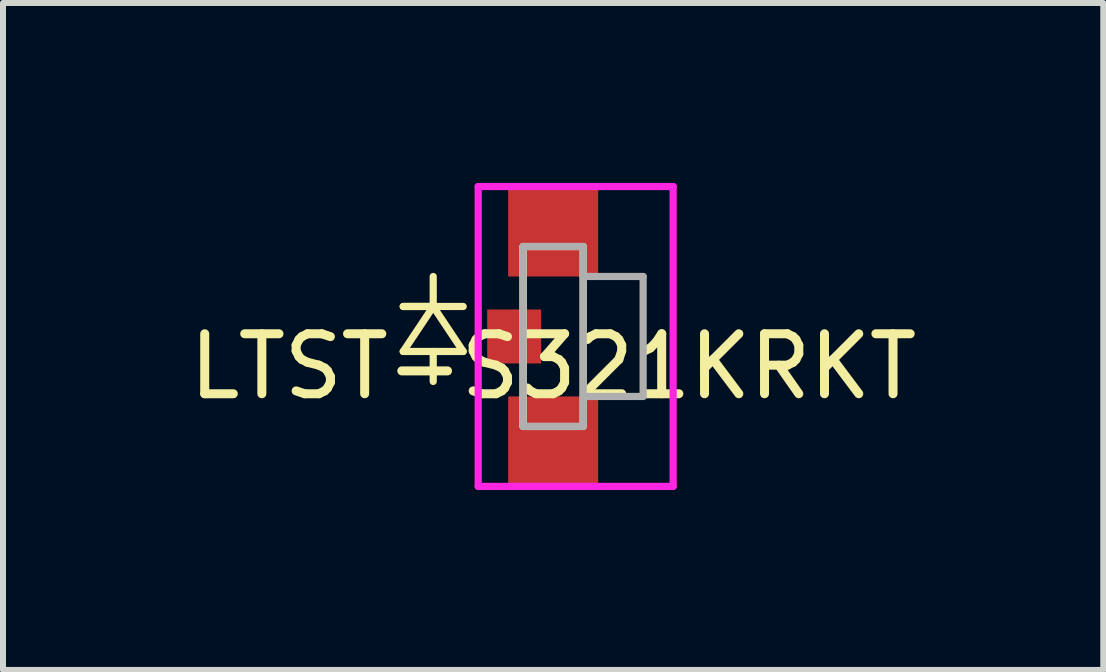
<source format=kicad_pcb>
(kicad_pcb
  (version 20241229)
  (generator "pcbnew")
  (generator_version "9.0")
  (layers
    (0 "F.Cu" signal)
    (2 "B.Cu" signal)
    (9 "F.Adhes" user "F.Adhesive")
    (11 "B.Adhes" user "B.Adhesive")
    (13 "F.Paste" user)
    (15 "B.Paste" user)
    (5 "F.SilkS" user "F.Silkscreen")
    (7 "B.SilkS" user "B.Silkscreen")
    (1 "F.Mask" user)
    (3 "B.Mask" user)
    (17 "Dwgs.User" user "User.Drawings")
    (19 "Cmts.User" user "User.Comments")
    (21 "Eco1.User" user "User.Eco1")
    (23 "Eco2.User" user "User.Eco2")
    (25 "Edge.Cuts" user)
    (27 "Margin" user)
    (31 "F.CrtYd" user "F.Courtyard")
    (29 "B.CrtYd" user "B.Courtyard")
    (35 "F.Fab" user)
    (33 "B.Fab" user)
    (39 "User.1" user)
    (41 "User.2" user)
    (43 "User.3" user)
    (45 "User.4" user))
  (footprint "LTST-S321KRKT"
    (layer "F.Cu")
    (at 6.173 2.56)
    (property "Reference" "LTST-S321KRKT" (at 0 0.5 0) (layer "F.SilkS") (effects (font (size 1 1) (thickness 0.15))))
    (attr through_hole)
    (fp_line (start -2.5 -0.5) (end -2 -0.5) (stroke (width 0.12) (type solid)) (layer "F.SilkS"))
    (fp_line (start -2.5 0.25) (end -1.5 0.25) (stroke (width 0.12) (type solid)) (layer "F.SilkS"))
    (fp_line (start -2 -1) (end -2 -0.5) (stroke (width 0.12) (type solid)) (layer "F.SilkS"))
    (fp_line (start -2 -0.5) (end -2.5 0.25) (stroke (width 0.12) (type solid)) (layer "F.SilkS"))
    (fp_line (start -2 0.25) (end -2 0.75) (stroke (width 0.12) (type solid)) (layer "F.SilkS"))
    (fp_line (start -1.5 -0.5) (end -2.5 -0.5) (stroke (width 0.12) (type solid)) (layer "F.SilkS"))
    (fp_line (start -1.5 0.25) (end -2 -0.5) (stroke (width 0.12) (type solid)) (layer "F.SilkS"))
    (fp_line (start -0.5 -1.5) (end -0.5 1.5) (stroke (width 0.12) (type solid)) (layer "F.SilkS"))
    (fp_line (start -0.5 1.5) (end -0.5 -1.5) (stroke (width 0.12) (type solid)) (layer "F.SilkS"))
    (fp_line (start -0.5 1.5) (end 0.5 1.5) (stroke (width 0.12) (type solid)) (layer "F.SilkS"))
    (fp_line (start 0.5 -1.5) (end -0.5 -1.5) (stroke (width 0.12) (type solid)) (layer "F.SilkS"))
    (fp_line (start 0.5 -1.5) (end 0.5 1.5) (stroke (width 0.12) (type solid)) (layer "F.SilkS"))
    (fp_line (start 1.5 -1) (end 0.5 -1) (stroke (width 0.12) (type solid)) (layer "B.Paste"))
    (fp_line (start 1.5 -1) (end 1.5 1) (stroke (width 0.12) (type solid)) (layer "B.Paste"))
    (fp_line (start 1.5 1) (end 0.5 1) (stroke (width 0.12) (type solid)) (layer "B.Paste"))
    (fp_line (start -1.25 -2.5) (end 2 -2.5) (stroke (width 0.12) (type solid)) (layer "F.CrtYd"))
    (fp_line (start -1.25 2.5) (end -1.25 -2.5) (stroke (width 0.12) (type solid)) (layer "F.CrtYd"))
    (fp_line (start 2 -2.5) (end 2 2.5) (stroke (width 0.12) (type solid)) (layer "F.CrtYd"))
    (fp_line (start 2 2.5) (end -1.25 2.5) (stroke (width 0.12) (type solid)) (layer "F.CrtYd"))
    (fp_line (start -0.5 -1.5) (end -0.5 1.5) (stroke (width 0.12) (type solid)) (layer "F.Fab"))
    (fp_line (start -0.5 1.5) (end 0.5 1.5) (stroke (width 0.12) (type solid)) (layer "F.Fab"))
    (fp_line (start 0.5 -1.5) (end -0.5 -1.5) (stroke (width 0.12) (type solid)) (layer "F.Fab"))
    (fp_line (start 0.5 -1) (end 0.5 -1.5) (stroke (width 0.12) (type solid)) (layer "F.Fab"))
    (fp_line (start 0.5 -1) (end 1.5 -1) (stroke (width 0.12) (type solid)) (layer "F.Fab"))
    (fp_line (start 0.5 1.5) (end 0.5 -1) (stroke (width 0.12) (type solid)) (layer "F.Fab"))
    (fp_line (start 1.5 -1) (end 1.5 1) (stroke (width 0.12) (type solid)) (layer "F.Fab"))
    (fp_line (start 1.5 1) (end 0.5 1) (stroke (width 0.12) (type solid)) (layer "F.Fab"))
    (pad "1" smd rect (at 0 -1.75 180) (size 1.5 1.5) (layers "F.Cu" "F.Mask" "F.Paste"))
    (pad "2" smd rect (at 0 1.75) (size 1.5 1.5) (layers "F.Cu" "F.Mask" "F.Paste"))
    (pad "NC" smd rect (at -0.65 0) (size 0.9 0.9) (layers "F.Cu" "F.Mask" "F.Paste")))
  (gr_rect
    (start -3 -3)
    (end 15.345 8.12)
    (stroke (width 0.1) (type default))
    (fill no)
    (layer "Edge.Cuts")))
</source>
